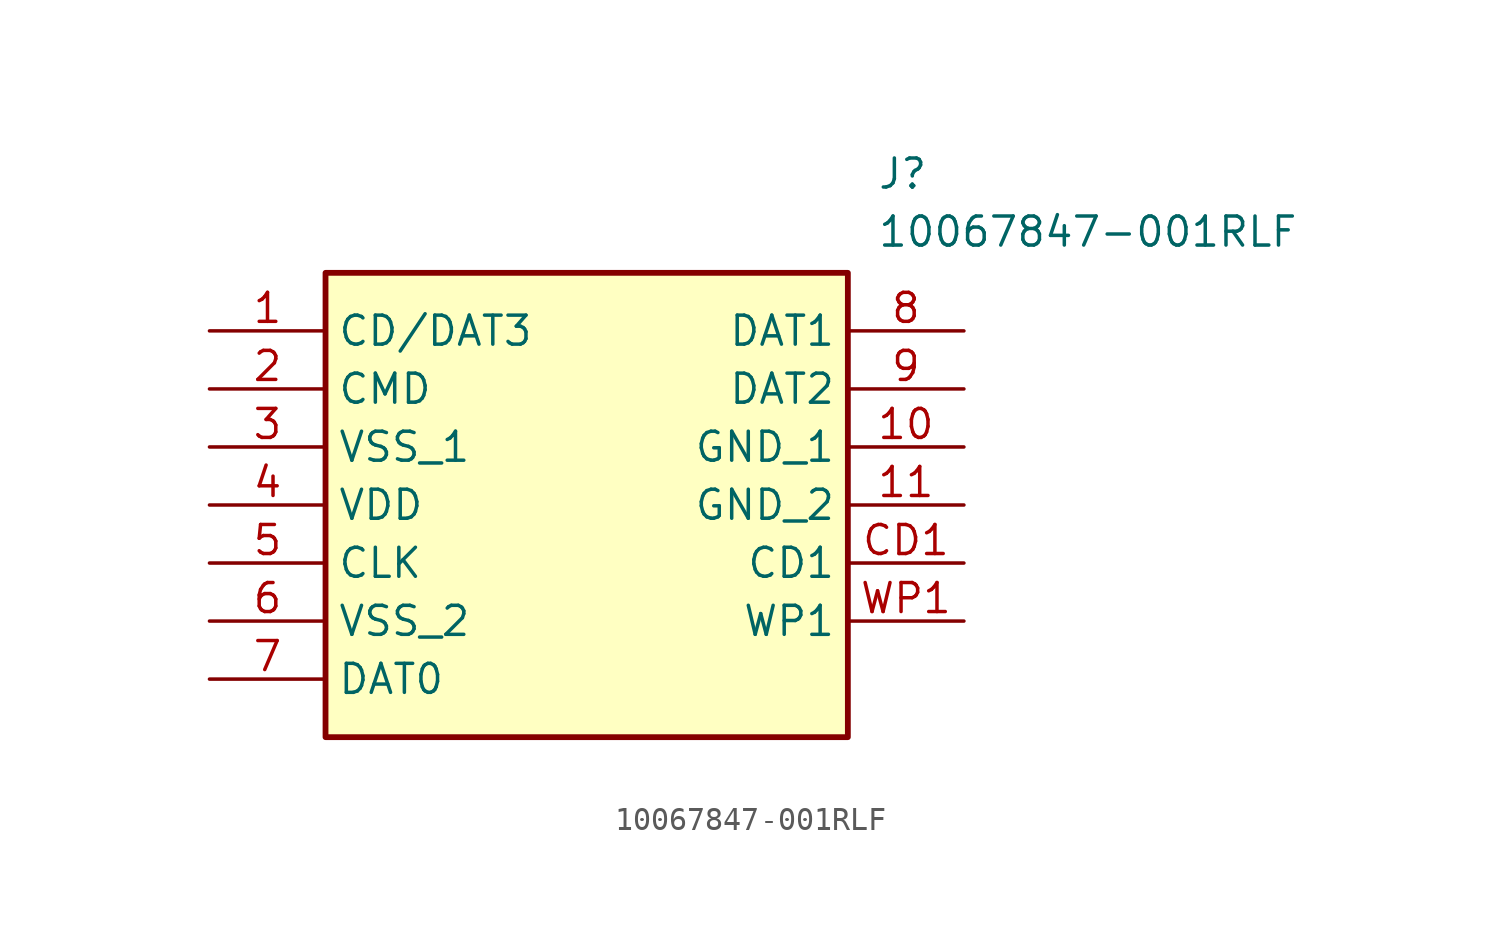
<source format=kicad_sym>
(kicad_symbol_lib
  (version 20211014)
  (generator SamacSys_ECAD_Model)
  (symbol "10067847-001RLF"
    (property "Reference" "J"
      (at 29.21 7.62 0)
      (effects (font (size 1.27 1.27)) (justify left top)))
    (property "Value" "10067847-001RLF"
      (at 29.21 5.08 0)
      (effects (font (size 1.27 1.27)) (justify left top)))
    (rectangle
      (start 5.08 2.54)
      (end 27.94 -17.78)
      (stroke (width 0.254) (type default))
      (fill (type background)))
    (pin passive line
      (at 0 0 0)
      (length 5.08)
      (name "CD/DAT3" (effects (font (size 1.27 1.27))))
      (number "1" (effects (font (size 1.27 1.27)))))
    (pin passive line
      (at 0 -2.54 0)
      (length 5.08)
      (name "CMD" (effects (font (size 1.27 1.27))))
      (number "2" (effects (font (size 1.27 1.27)))))
    (pin passive line
      (at 0 -5.08 0)
      (length 5.08)
      (name "VSS_1" (effects (font (size 1.27 1.27))))
      (number "3" (effects (font (size 1.27 1.27)))))
    (pin passive line
      (at 0 -7.62 0)
      (length 5.08)
      (name "VDD" (effects (font (size 1.27 1.27))))
      (number "4" (effects (font (size 1.27 1.27)))))
    (pin passive line
      (at 0 -10.16 0)
      (length 5.08)
      (name "CLK" (effects (font (size 1.27 1.27))))
      (number "5" (effects (font (size 1.27 1.27)))))
    (pin passive line
      (at 0 -12.7 0)
      (length 5.08)
      (name "VSS_2" (effects (font (size 1.27 1.27))))
      (number "6" (effects (font (size 1.27 1.27)))))
    (pin passive line
      (at 0 -15.24 0)
      (length 5.08)
      (name "DAT0" (effects (font (size 1.27 1.27))))
      (number "7" (effects (font (size 1.27 1.27)))))
    (pin passive line
      (at 33.02 0 180)
      (length 5.08)
      (name "DAT1" (effects (font (size 1.27 1.27))))
      (number "8" (effects (font (size 1.27 1.27)))))
    (pin passive line
      (at 33.02 -2.54 180)
      (length 5.08)
      (name "DAT2" (effects (font (size 1.27 1.27))))
      (number "9" (effects (font (size 1.27 1.27)))))
    (pin passive line
      (at 33.02 -5.08 180)
      (length 5.08)
      (name "GND_1" (effects (font (size 1.27 1.27))))
      (number "10" (effects (font (size 1.27 1.27)))))
    (pin passive line
      (at 33.02 -7.62 180)
      (length 5.08)
      (name "GND_2" (effects (font (size 1.27 1.27))))
      (number "11" (effects (font (size 1.27 1.27)))))
    (pin passive line
      (at 33.02 -10.16 180)
      (length 5.08)
      (name "CD1" (effects (font (size 1.27 1.27))))
      (number "CD1" (effects (font (size 1.27 1.27)))))
    (pin passive line
      (at 33.02 -12.7 180)
      (length 5.08)
      (name "WP1" (effects (font (size 1.27 1.27))))
      (number "WP1" (effects (font (size 1.27 1.27)))))))
</source>
